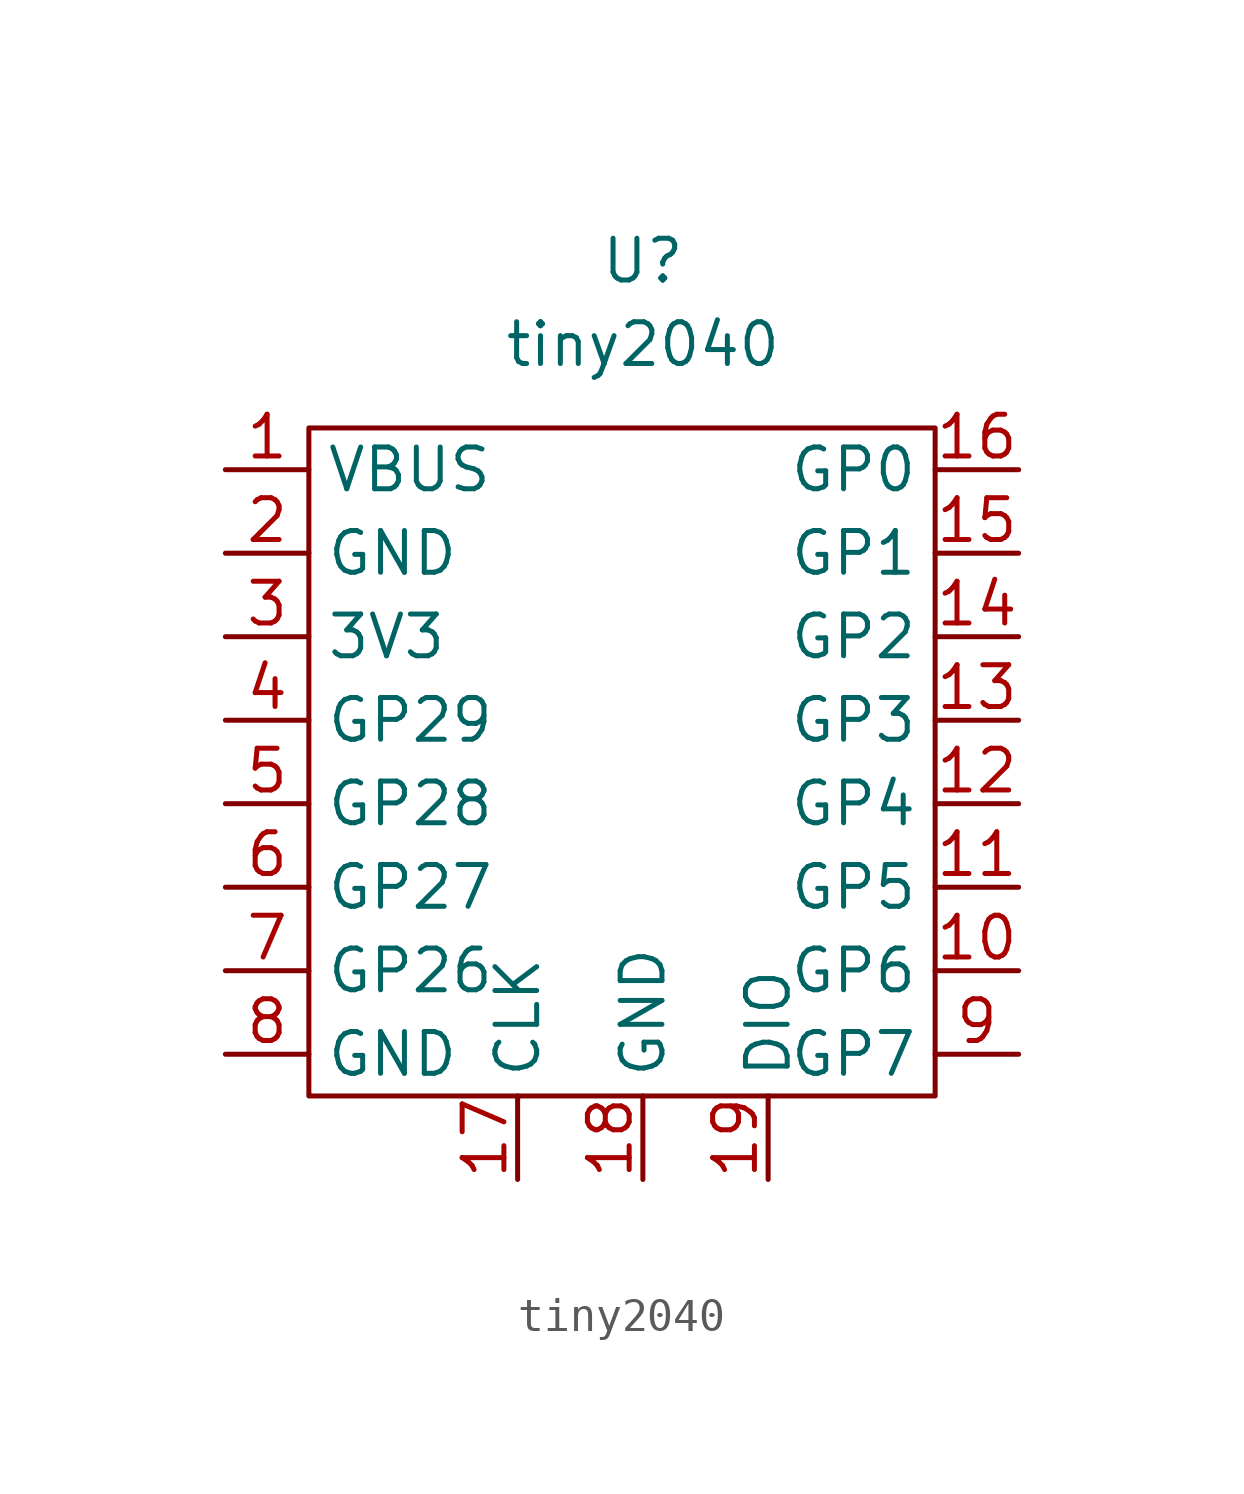
<source format=kicad_sym>
(kicad_symbol_lib
  (version 20211014)
  (generator kicad_symbol_editor)
  (symbol "tiny2040"
    (property "Reference" "U"
      (at 0 15.24 0)
      (effects (font (size 1.27 1.27))))
    (property "Value" "tiny2040"
      (at 0 12.7 0)
      (effects (font (size 1.27 1.27))))
    (symbol "tiny2040_0_1"
      (rectangle (start -10.16 10.16) (end 8.89 -10.16) (stroke (width 0) (type default) (color 0 0 0 0)) (fill (type none))))
    (symbol "tiny2040_1_1"
      (pin power_out line (at -12.7 8.89 0) (length 2.54) (name "VBUS" (effects (font (size 1.27 1.27)))) (number "1" (effects (font (size 1.27 1.27)))))
      (pin input line (at 11.43 -6.35 180) (length 2.54) (name "GP6" (effects (font (size 1.27 1.27)))) (number "10" (effects (font (size 1.27 1.27)))))
      (pin input line (at 11.43 -3.81 180) (length 2.54) (name "GP5" (effects (font (size 1.27 1.27)))) (number "11" (effects (font (size 1.27 1.27)))))
      (pin input line (at 11.43 -1.27 180) (length 2.54) (name "GP4" (effects (font (size 1.27 1.27)))) (number "12" (effects (font (size 1.27 1.27)))))
      (pin input line (at 11.43 1.27 180) (length 2.54) (name "GP3" (effects (font (size 1.27 1.27)))) (number "13" (effects (font (size 1.27 1.27)))))
      (pin input line (at 11.43 3.81 180) (length 2.54) (name "GP2" (effects (font (size 1.27 1.27)))) (number "14" (effects (font (size 1.27 1.27)))))
      (pin input line (at 11.43 6.35 180) (length 2.54) (name "GP1" (effects (font (size 1.27 1.27)))) (number "15" (effects (font (size 1.27 1.27)))))
      (pin input line (at 11.43 8.89 180) (length 2.54) (name "GP0" (effects (font (size 1.27 1.27)))) (number "16" (effects (font (size 1.27 1.27)))))
      (pin input line (at -3.81 -12.7 90) (length 2.54) (name "CLK" (effects (font (size 1.27 1.27)))) (number "17" (effects (font (size 1.27 1.27)))))
      (pin input line (at 0 -12.7 90) (length 2.54) (name "GND" (effects (font (size 1.27 1.27)))) (number "18" (effects (font (size 1.27 1.27)))))
      (pin input line (at 3.81 -12.7 90) (length 2.54) (name "DIO" (effects (font (size 1.27 1.27)))) (number "19" (effects (font (size 1.27 1.27)))))
      (pin input line (at -12.7 6.35 0) (length 2.54) (name "GND" (effects (font (size 1.27 1.27)))) (number "2" (effects (font (size 1.27 1.27)))))
      (pin power_out line (at -12.7 3.81 0) (length 2.54) (name "3V3" (effects (font (size 1.27 1.27)))) (number "3" (effects (font (size 1.27 1.27)))))
      (pin input line (at -12.7 1.27 0) (length 2.54) (name "GP29" (effects (font (size 1.27 1.27)))) (number "4" (effects (font (size 1.27 1.27)))))
      (pin input line (at -12.7 -1.27 0) (length 2.54) (name "GP28" (effects (font (size 1.27 1.27)))) (number "5" (effects (font (size 1.27 1.27)))))
      (pin input line (at -12.7 -3.81 0) (length 2.54) (name "GP27" (effects (font (size 1.27 1.27)))) (number "6" (effects (font (size 1.27 1.27)))))
      (pin input line (at -12.7 -6.35 0) (length 2.54) (name "GP26" (effects (font (size 1.27 1.27)))) (number "7" (effects (font (size 1.27 1.27)))))
      (pin input line (at -12.7 -8.89 0) (length 2.54) (name "GND" (effects (font (size 1.27 1.27)))) (number "8" (effects (font (size 1.27 1.27)))))
      (pin input line (at 11.43 -8.89 180) (length 2.54) (name "GP7" (effects (font (size 1.27 1.27)))) (number "9" (effects (font (size 1.27 1.27))))))))
</source>
